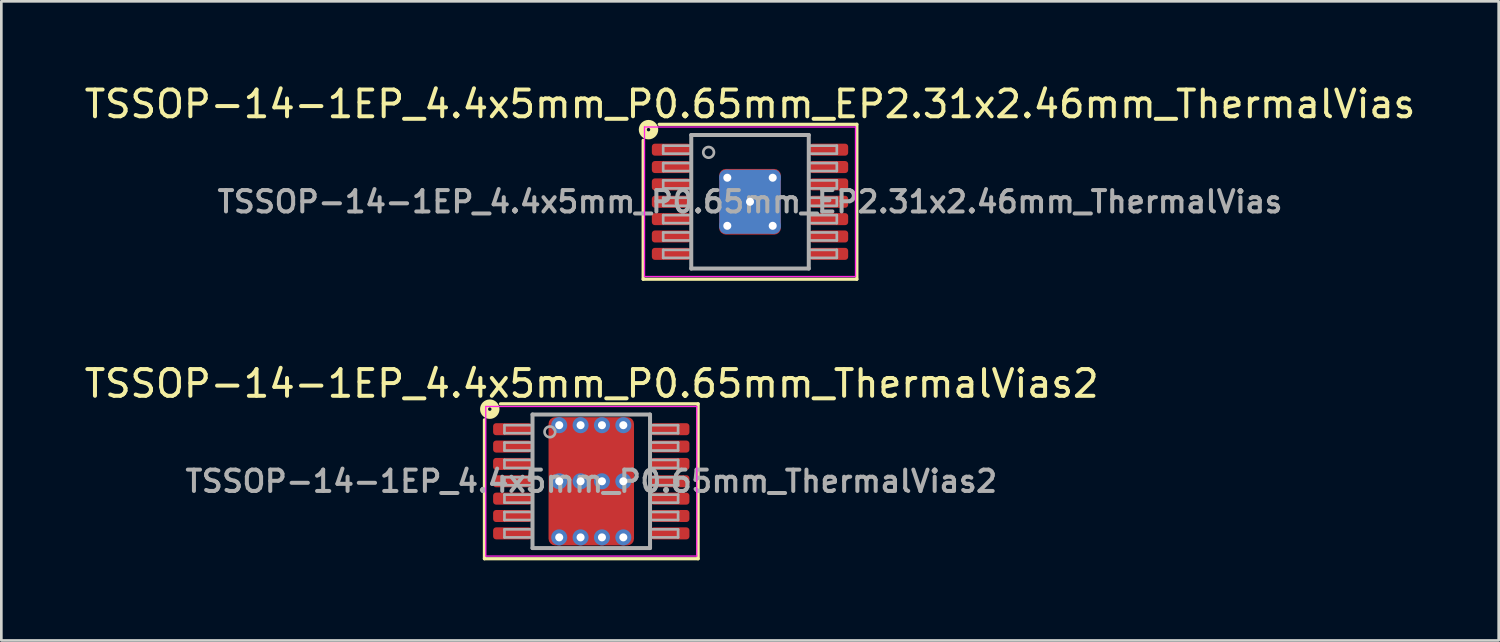
<source format=kicad_pcb>
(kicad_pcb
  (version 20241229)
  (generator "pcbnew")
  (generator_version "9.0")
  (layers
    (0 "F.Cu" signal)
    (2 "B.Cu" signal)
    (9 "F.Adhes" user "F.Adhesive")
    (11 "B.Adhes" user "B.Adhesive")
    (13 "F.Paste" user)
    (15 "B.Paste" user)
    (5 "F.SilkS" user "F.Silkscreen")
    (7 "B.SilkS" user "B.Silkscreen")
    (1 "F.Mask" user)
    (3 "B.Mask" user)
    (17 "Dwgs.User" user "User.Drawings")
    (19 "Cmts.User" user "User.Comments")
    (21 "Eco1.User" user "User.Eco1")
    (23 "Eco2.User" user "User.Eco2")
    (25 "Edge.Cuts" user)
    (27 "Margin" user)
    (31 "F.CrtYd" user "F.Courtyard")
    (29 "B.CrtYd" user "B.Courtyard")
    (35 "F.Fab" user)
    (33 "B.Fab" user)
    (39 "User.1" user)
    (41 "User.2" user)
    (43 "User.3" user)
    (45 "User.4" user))
  (footprint "TSSOP-14-1EP_4.4x5mm_P0.65mm_EP2.31x2.46mm_ThermalVias"
    (layer "F.Cu")
    (at 25.03 4.504)
    (property "Reference" "TSSOP-14-1EP_4.4x5mm_P0.65mm_EP2.31x2.46mm_ThermalVias" (at 0 -3.656 0) (layer "F.SilkS") (effects (font (size 1 1) (thickness 0.15))))
    (attr smd)
    (fp_line (start -4 -2.3) (end -4 2.9) (stroke (width 0.12) (type solid)) (layer "F.SilkS"))
    (fp_line (start -4 2.9) (end 4 2.9) (stroke (width 0.12) (type solid)) (layer "F.SilkS"))
    (fp_line (start 4 -2.9) (end -3.4 -2.9) (stroke (width 0.12) (type solid)) (layer "F.SilkS"))
    (fp_line (start 4 2.9) (end 4 -2.9) (stroke (width 0.12) (type solid)) (layer "F.SilkS"))
    (fp_circle (center -3.8 -2.7) (end -3.736 -2.7) (stroke (width 0.3) (type solid)) (fill no) (layer "F.SilkS"))
    (fp_line (start -3.95 -2.8) (end -3.95 2.8) (stroke (width 0.05) (type solid)) (layer "F.CrtYd"))
    (fp_line (start -3.95 -2.8) (end 3.95 -2.8) (stroke (width 0.05) (type solid)) (layer "F.CrtYd"))
    (fp_line (start -3.95 2.8) (end 3.95 2.8) (stroke (width 0.05) (type solid)) (layer "F.CrtYd"))
    (fp_line (start 3.95 -2.8) (end 3.95 2.8) (stroke (width 0.05) (type solid)) (layer "F.CrtYd"))
    (fp_line (start -3.25 -2.1) (end -3.25 -1.8) (stroke (width 0.1) (type solid)) (layer "F.Fab"))
    (fp_line (start -3.25 -2.1) (end -2.2 -2.1) (stroke (width 0.1) (type solid)) (layer "F.Fab"))
    (fp_line (start -3.25 -1.8) (end -2.2 -1.8) (stroke (width 0.1) (type solid)) (layer "F.Fab"))
    (fp_line (start -3.25 -1.45) (end -3.25 -1.15) (stroke (width 0.1) (type solid)) (layer "F.Fab"))
    (fp_line (start -3.25 -1.45) (end -2.2 -1.45) (stroke (width 0.1) (type solid)) (layer "F.Fab"))
    (fp_line (start -3.25 -1.15) (end -2.2 -1.15) (stroke (width 0.1) (type solid)) (layer "F.Fab"))
    (fp_line (start -3.25 -0.8) (end -3.25 -0.5) (stroke (width 0.1) (type solid)) (layer "F.Fab"))
    (fp_line (start -3.25 -0.8) (end -2.2 -0.8) (stroke (width 0.1) (type solid)) (layer "F.Fab"))
    (fp_line (start -3.25 -0.5) (end -2.2 -0.5) (stroke (width 0.1) (type solid)) (layer "F.Fab"))
    (fp_line (start -3.25 -0.15) (end -3.25 0.15) (stroke (width 0.1) (type solid)) (layer "F.Fab"))
    (fp_line (start -3.25 -0.15) (end -2.2 -0.15) (stroke (width 0.1) (type solid)) (layer "F.Fab"))
    (fp_line (start -3.25 0.15) (end -2.2 0.15) (stroke (width 0.1) (type solid)) (layer "F.Fab"))
    (fp_line (start -3.25 0.5) (end -3.25 0.8) (stroke (width 0.1) (type solid)) (layer "F.Fab"))
    (fp_line (start -3.25 0.5) (end -2.2 0.5) (stroke (width 0.1) (type solid)) (layer "F.Fab"))
    (fp_line (start -3.25 0.8) (end -2.2 0.8) (stroke (width 0.1) (type solid)) (layer "F.Fab"))
    (fp_line (start -3.25 1.15) (end -3.25 1.45) (stroke (width 0.1) (type solid)) (layer "F.Fab"))
    (fp_line (start -3.25 1.15) (end -2.2 1.15) (stroke (width 0.1) (type solid)) (layer "F.Fab"))
    (fp_line (start -3.25 1.45) (end -2.2 1.45) (stroke (width 0.1) (type solid)) (layer "F.Fab"))
    (fp_line (start -3.25 1.8) (end -3.25 2.1) (stroke (width 0.1) (type solid)) (layer "F.Fab"))
    (fp_line (start -3.25 1.8) (end -2.2 1.8) (stroke (width 0.1) (type solid)) (layer "F.Fab"))
    (fp_line (start -3.25 2.1) (end -2.2 2.1) (stroke (width 0.1) (type solid)) (layer "F.Fab"))
    (fp_line (start -2.2 -2.5) (end 2.2 -2.5) (stroke (width 0.15) (type solid)) (layer "F.Fab"))
    (fp_line (start -2.2 2.5) (end -2.2 -2.5) (stroke (width 0.15) (type solid)) (layer "F.Fab"))
    (fp_line (start 2.2 -2.5) (end 2.2 2.5) (stroke (width 0.15) (type solid)) (layer "F.Fab"))
    (fp_line (start 2.2 2.5) (end -2.2 2.5) (stroke (width 0.15) (type solid)) (layer "F.Fab"))
    (fp_line (start 3.25 -2.1) (end 2.2 -2.1) (stroke (width 0.1) (type solid)) (layer "F.Fab"))
    (fp_line (start 3.25 -1.8) (end 2.2 -1.8) (stroke (width 0.1) (type solid)) (layer "F.Fab"))
    (fp_line (start 3.25 -1.8) (end 3.25 -2.1) (stroke (width 0.1) (type solid)) (layer "F.Fab"))
    (fp_line (start 3.25 -1.45) (end 2.2 -1.45) (stroke (width 0.1) (type solid)) (layer "F.Fab"))
    (fp_line (start 3.25 -1.15) (end 2.2 -1.15) (stroke (width 0.1) (type solid)) (layer "F.Fab"))
    (fp_line (start 3.25 -1.15) (end 3.25 -1.45) (stroke (width 0.1) (type solid)) (layer "F.Fab"))
    (fp_line (start 3.25 -0.8) (end 2.2 -0.8) (stroke (width 0.1) (type solid)) (layer "F.Fab"))
    (fp_line (start 3.25 -0.5) (end 2.2 -0.5) (stroke (width 0.1) (type solid)) (layer "F.Fab"))
    (fp_line (start 3.25 -0.5) (end 3.25 -0.8) (stroke (width 0.1) (type solid)) (layer "F.Fab"))
    (fp_line (start 3.25 -0.15) (end 2.2 -0.15) (stroke (width 0.1) (type solid)) (layer "F.Fab"))
    (fp_line (start 3.25 0.15) (end 2.2 0.15) (stroke (width 0.1) (type solid)) (layer "F.Fab"))
    (fp_line (start 3.25 0.15) (end 3.25 -0.15) (stroke (width 0.1) (type solid)) (layer "F.Fab"))
    (fp_line (start 3.25 0.5) (end 2.2 0.5) (stroke (width 0.1) (type solid)) (layer "F.Fab"))
    (fp_line (start 3.25 0.8) (end 2.2 0.8) (stroke (width 0.1) (type solid)) (layer "F.Fab"))
    (fp_line (start 3.25 0.8) (end 3.25 0.5) (stroke (width 0.1) (type solid)) (layer "F.Fab"))
    (fp_line (start 3.25 1.15) (end 2.2 1.15) (stroke (width 0.1) (type solid)) (layer "F.Fab"))
    (fp_line (start 3.25 1.45) (end 2.2 1.45) (stroke (width 0.1) (type solid)) (layer "F.Fab"))
    (fp_line (start 3.25 1.45) (end 3.25 1.15) (stroke (width 0.1) (type solid)) (layer "F.Fab"))
    (fp_line (start 3.25 1.8) (end 2.2 1.8) (stroke (width 0.1) (type solid)) (layer "F.Fab"))
    (fp_line (start 3.25 2.1) (end 2.2 2.1) (stroke (width 0.1) (type solid)) (layer "F.Fab"))
    (fp_line (start 3.25 2.1) (end 3.25 1.8) (stroke (width 0.1) (type solid)) (layer "F.Fab"))
    (fp_circle (center -1.55 -1.85) (end -1.35 -1.85) (stroke (width 0.1) (type solid)) (fill no) (layer "F.Fab"))
    (fp_text user "${REFERENCE}" (at 0 0 0) (layer "F.Fab") (effects (font (size 0.8 0.8) (thickness 0.15))))
    (pad "" smd roundrect (at -0.5 -0.55) (size 0.8 0.9) (layers "F.Paste") (roundrect_rratio 0.25))
    (pad "" smd roundrect (at -0.5 0.55) (size 0.8 0.9) (layers "F.Paste") (roundrect_rratio 0.25))
    (pad "" smd roundrect (at 0.5 -0.55) (size 0.8 0.9) (layers "F.Paste") (roundrect_rratio 0.25))
    (pad "" smd roundrect (at 0.5 0.55) (size 0.8 0.9) (layers "F.Paste") (roundrect_rratio 0.25))
    (pad "1" smd roundrect (at -2.95 -1.95) (size 1.45 0.45) (layers "F.Cu" "F.Mask" "F.Paste") (roundrect_rratio 0.25))
    (pad "2" smd roundrect (at -2.95 -1.3) (size 1.45 0.45) (layers "F.Cu" "F.Mask" "F.Paste") (roundrect_rratio 0.25))
    (pad "3" smd roundrect (at -2.95 -0.65) (size 1.45 0.45) (layers "F.Cu" "F.Mask" "F.Paste") (roundrect_rratio 0.25))
    (pad "4" smd roundrect (at -2.95 0) (size 1.45 0.45) (layers "F.Cu" "F.Mask" "F.Paste") (roundrect_rratio 0.25))
    (pad "5" smd roundrect (at -2.95 0.65) (size 1.45 0.45) (layers "F.Cu" "F.Mask" "F.Paste") (roundrect_rratio 0.25))
    (pad "6" smd roundrect (at -2.95 1.3) (size 1.45 0.45) (layers "F.Cu" "F.Mask" "F.Paste") (roundrect_rratio 0.25))
    (pad "7" smd roundrect (at -2.95 1.95) (size 1.45 0.45) (layers "F.Cu" "F.Mask" "F.Paste") (roundrect_rratio 0.25))
    (pad "8" smd roundrect (at 2.95 1.95) (size 1.45 0.45) (layers "F.Cu" "F.Mask" "F.Paste") (roundrect_rratio 0.25))
    (pad "9" smd roundrect (at 2.95 1.3) (size 1.45 0.45) (layers "F.Cu" "F.Mask" "F.Paste") (roundrect_rratio 0.25))
    (pad "10" smd roundrect (at 2.95 0.65) (size 1.45 0.45) (layers "F.Cu" "F.Mask" "F.Paste") (roundrect_rratio 0.25))
    (pad "11" smd roundrect (at 2.95 0) (size 1.45 0.45) (layers "F.Cu" "F.Mask" "F.Paste") (roundrect_rratio 0.25))
    (pad "12" smd roundrect (at 2.95 -0.65) (size 1.45 0.45) (layers "F.Cu" "F.Mask" "F.Paste") (roundrect_rratio 0.25))
    (pad "13" smd roundrect (at 2.95 -1.3) (size 1.45 0.45) (layers "F.Cu" "F.Mask" "F.Paste") (roundrect_rratio 0.25))
    (pad "14" smd roundrect (at 2.95 -1.95) (size 1.45 0.45) (layers "F.Cu" "F.Mask" "F.Paste") (roundrect_rratio 0.25))
    (pad "15" thru_hole circle (at -0.85 -0.9) (size 0.6 0.6) (drill 0.3) (property pad_prop_heatsink) (layers "*.Cu"))
    (pad "15" thru_hole circle (at -0.85 0.9) (size 0.6 0.6) (drill 0.3) (property pad_prop_heatsink) (layers "*.Cu"))
    (pad "15" thru_hole circle (at 0 0) (size 0.6 0.6) (drill 0.3) (property pad_prop_heatsink) (layers "*.Cu"))
    (pad "15" smd roundrect (at 0 0) (size 2.3 2.4) (layers "B.Cu" "B.Mask") (roundrect_rratio 0.109))
    (pad "15" smd roundrect (at 0 0) (size 2.31 2.46) (layers "F.Cu" "F.Mask") (roundrect_rratio 0.108))
    (pad "15" thru_hole circle (at 0.85 -0.9) (size 0.6 0.6) (drill 0.3) (property pad_prop_heatsink) (layers "*.Cu"))
    (pad "15" thru_hole circle (at 0.85 0.9) (size 0.6 0.6) (drill 0.3) (property pad_prop_heatsink) (layers "*.Cu")))
  (footprint "TSSOP-14-1EP_4.4x5mm_P0.65mm_ThermalVias2"
    (layer "F.Cu")
    (at 19.087 14.969)
    (property "Reference" "TSSOP-14-1EP_4.4x5mm_P0.65mm_ThermalVias2" (at 0.014 -3.656 0) (layer "F.SilkS") (effects (font (size 1 1) (thickness 0.15))))
    (attr smd)
    (fp_line (start -4 -2.3) (end -4 2.9) (stroke (width 0.12) (type solid)) (layer "F.SilkS"))
    (fp_line (start -4 2.9) (end 4 2.9) (stroke (width 0.12) (type solid)) (layer "F.SilkS"))
    (fp_line (start 4 -2.9) (end -3.4 -2.9) (stroke (width 0.12) (type solid)) (layer "F.SilkS"))
    (fp_line (start 4 2.9) (end 4 -2.9) (stroke (width 0.12) (type solid)) (layer "F.SilkS"))
    (fp_circle (center -3.8 -2.7) (end -3.736 -2.7) (stroke (width 0.3) (type solid)) (fill no) (layer "F.SilkS"))
    (fp_line (start -3.95 -2.8) (end -3.95 2.8) (stroke (width 0.05) (type solid)) (layer "F.CrtYd"))
    (fp_line (start -3.95 -2.8) (end 3.95 -2.8) (stroke (width 0.05) (type solid)) (layer "F.CrtYd"))
    (fp_line (start -3.95 2.8) (end 3.95 2.8) (stroke (width 0.05) (type solid)) (layer "F.CrtYd"))
    (fp_line (start 3.95 -2.8) (end 3.95 2.8) (stroke (width 0.05) (type solid)) (layer "F.CrtYd"))
    (fp_line (start -3.25 -2.1) (end -3.25 -1.8) (stroke (width 0.1) (type solid)) (layer "F.Fab"))
    (fp_line (start -3.25 -2.1) (end -2.2 -2.1) (stroke (width 0.1) (type solid)) (layer "F.Fab"))
    (fp_line (start -3.25 -1.8) (end -2.2 -1.8) (stroke (width 0.1) (type solid)) (layer "F.Fab"))
    (fp_line (start -3.25 -1.45) (end -3.25 -1.15) (stroke (width 0.1) (type solid)) (layer "F.Fab"))
    (fp_line (start -3.25 -1.45) (end -2.2 -1.45) (stroke (width 0.1) (type solid)) (layer "F.Fab"))
    (fp_line (start -3.25 -1.15) (end -2.2 -1.15) (stroke (width 0.1) (type solid)) (layer "F.Fab"))
    (fp_line (start -3.25 -0.8) (end -3.25 -0.5) (stroke (width 0.1) (type solid)) (layer "F.Fab"))
    (fp_line (start -3.25 -0.8) (end -2.2 -0.8) (stroke (width 0.1) (type solid)) (layer "F.Fab"))
    (fp_line (start -3.25 -0.5) (end -2.2 -0.5) (stroke (width 0.1) (type solid)) (layer "F.Fab"))
    (fp_line (start -3.25 -0.15) (end -3.25 0.15) (stroke (width 0.1) (type solid)) (layer "F.Fab"))
    (fp_line (start -3.25 -0.15) (end -2.2 -0.15) (stroke (width 0.1) (type solid)) (layer "F.Fab"))
    (fp_line (start -3.25 0.15) (end -2.2 0.15) (stroke (width 0.1) (type solid)) (layer "F.Fab"))
    (fp_line (start -3.25 0.5) (end -3.25 0.8) (stroke (width 0.1) (type solid)) (layer "F.Fab"))
    (fp_line (start -3.25 0.5) (end -2.2 0.5) (stroke (width 0.1) (type solid)) (layer "F.Fab"))
    (fp_line (start -3.25 0.8) (end -2.2 0.8) (stroke (width 0.1) (type solid)) (layer "F.Fab"))
    (fp_line (start -3.25 1.15) (end -3.25 1.45) (stroke (width 0.1) (type solid)) (layer "F.Fab"))
    (fp_line (start -3.25 1.15) (end -2.2 1.15) (stroke (width 0.1) (type solid)) (layer "F.Fab"))
    (fp_line (start -3.25 1.45) (end -2.2 1.45) (stroke (width 0.1) (type solid)) (layer "F.Fab"))
    (fp_line (start -3.25 1.8) (end -3.25 2.1) (stroke (width 0.1) (type solid)) (layer "F.Fab"))
    (fp_line (start -3.25 1.8) (end -2.2 1.8) (stroke (width 0.1) (type solid)) (layer "F.Fab"))
    (fp_line (start -3.25 2.1) (end -2.2 2.1) (stroke (width 0.1) (type solid)) (layer "F.Fab"))
    (fp_line (start -2.2 -2.5) (end 2.2 -2.5) (stroke (width 0.15) (type solid)) (layer "F.Fab"))
    (fp_line (start -2.2 2.5) (end -2.2 -2.5) (stroke (width 0.15) (type solid)) (layer "F.Fab"))
    (fp_line (start 2.2 -2.5) (end 2.2 2.5) (stroke (width 0.15) (type solid)) (layer "F.Fab"))
    (fp_line (start 2.2 2.5) (end -2.2 2.5) (stroke (width 0.15) (type solid)) (layer "F.Fab"))
    (fp_line (start 3.25 -2.1) (end 2.2 -2.1) (stroke (width 0.1) (type solid)) (layer "F.Fab"))
    (fp_line (start 3.25 -1.8) (end 2.2 -1.8) (stroke (width 0.1) (type solid)) (layer "F.Fab"))
    (fp_line (start 3.25 -1.8) (end 3.25 -2.1) (stroke (width 0.1) (type solid)) (layer "F.Fab"))
    (fp_line (start 3.25 -1.45) (end 2.2 -1.45) (stroke (width 0.1) (type solid)) (layer "F.Fab"))
    (fp_line (start 3.25 -1.15) (end 2.2 -1.15) (stroke (width 0.1) (type solid)) (layer "F.Fab"))
    (fp_line (start 3.25 -1.15) (end 3.25 -1.45) (stroke (width 0.1) (type solid)) (layer "F.Fab"))
    (fp_line (start 3.25 -0.8) (end 2.2 -0.8) (stroke (width 0.1) (type solid)) (layer "F.Fab"))
    (fp_line (start 3.25 -0.5) (end 2.2 -0.5) (stroke (width 0.1) (type solid)) (layer "F.Fab"))
    (fp_line (start 3.25 -0.5) (end 3.25 -0.8) (stroke (width 0.1) (type solid)) (layer "F.Fab"))
    (fp_line (start 3.25 -0.15) (end 2.2 -0.15) (stroke (width 0.1) (type solid)) (layer "F.Fab"))
    (fp_line (start 3.25 0.15) (end 2.2 0.15) (stroke (width 0.1) (type solid)) (layer "F.Fab"))
    (fp_line (start 3.25 0.15) (end 3.25 -0.15) (stroke (width 0.1) (type solid)) (layer "F.Fab"))
    (fp_line (start 3.25 0.5) (end 2.2 0.5) (stroke (width 0.1) (type solid)) (layer "F.Fab"))
    (fp_line (start 3.25 0.8) (end 2.2 0.8) (stroke (width 0.1) (type solid)) (layer "F.Fab"))
    (fp_line (start 3.25 0.8) (end 3.25 0.5) (stroke (width 0.1) (type solid)) (layer "F.Fab"))
    (fp_line (start 3.25 1.15) (end 2.2 1.15) (stroke (width 0.1) (type solid)) (layer "F.Fab"))
    (fp_line (start 3.25 1.45) (end 2.2 1.45) (stroke (width 0.1) (type solid)) (layer "F.Fab"))
    (fp_line (start 3.25 1.45) (end 3.25 1.15) (stroke (width 0.1) (type solid)) (layer "F.Fab"))
    (fp_line (start 3.25 1.8) (end 2.2 1.8) (stroke (width 0.1) (type solid)) (layer "F.Fab"))
    (fp_line (start 3.25 2.1) (end 2.2 2.1) (stroke (width 0.1) (type solid)) (layer "F.Fab"))
    (fp_line (start 3.25 2.1) (end 3.25 1.8) (stroke (width 0.1) (type solid)) (layer "F.Fab"))
    (fp_circle (center -1.55 -1.85) (end -1.35 -1.85) (stroke (width 0.1) (type solid)) (fill no) (layer "F.Fab"))
    (fp_text user "${REFERENCE}" (at 0 0 0) (layer "F.Fab") (effects (font (size 0.8 0.8) (thickness 0.15))))
    (pad "" smd roundrect (at -0.725 -1.05) (size 1.15 1.2) (layers "F.Paste") (roundrect_rratio 0.25))
    (pad "" smd roundrect (at -0.725 1.05) (size 1.15 1.2) (layers "F.Paste") (roundrect_rratio 0.25))
    (pad "" smd roundrect (at 0 -1.05) (size 3 1.5) (layers "F.Mask") (roundrect_rratio 0.167))
    (pad "" smd roundrect (at 0 1.05) (size 3 1.5) (layers "F.Mask") (roundrect_rratio 0.167))
    (pad "" smd roundrect (at 0.725 -1.05) (size 1.15 1.2) (layers "F.Paste") (roundrect_rratio 0.25))
    (pad "" smd roundrect (at 0.725 1.05) (size 1.15 1.2) (layers "F.Paste") (roundrect_rratio 0.25))
    (pad "1" smd roundrect (at -2.95 -1.95) (size 1.45 0.45) (layers "F.Cu" "F.Mask" "F.Paste") (roundrect_rratio 0.25))
    (pad "2" smd roundrect (at -2.95 -1.3) (size 1.45 0.45) (layers "F.Cu" "F.Mask" "F.Paste") (roundrect_rratio 0.25))
    (pad "3" smd roundrect (at -2.95 -0.65) (size 1.45 0.45) (layers "F.Cu" "F.Mask" "F.Paste") (roundrect_rratio 0.25))
    (pad "4" smd roundrect (at -2.95 0) (size 1.45 0.45) (layers "F.Cu" "F.Mask" "F.Paste") (roundrect_rratio 0.25))
    (pad "5" smd roundrect (at -2.95 0.65) (size 1.45 0.45) (layers "F.Cu" "F.Mask" "F.Paste") (roundrect_rratio 0.25))
    (pad "6" smd roundrect (at -2.95 1.3) (size 1.45 0.45) (layers "F.Cu" "F.Mask" "F.Paste") (roundrect_rratio 0.25))
    (pad "7" smd roundrect (at -2.95 1.95) (size 1.45 0.45) (layers "F.Cu" "F.Mask" "F.Paste") (roundrect_rratio 0.25))
    (pad "8" smd roundrect (at 2.95 1.95) (size 1.45 0.45) (layers "F.Cu" "F.Mask" "F.Paste") (roundrect_rratio 0.25))
    (pad "9" smd roundrect (at 2.95 1.3) (size 1.45 0.45) (layers "F.Cu" "F.Mask" "F.Paste") (roundrect_rratio 0.25))
    (pad "10" smd roundrect (at 2.95 0.65) (size 1.45 0.45) (layers "F.Cu" "F.Mask" "F.Paste") (roundrect_rratio 0.25))
    (pad "11" smd roundrect (at 2.95 0) (size 1.45 0.45) (layers "F.Cu" "F.Mask" "F.Paste") (roundrect_rratio 0.25))
    (pad "12" smd roundrect (at 2.95 -0.65) (size 1.45 0.45) (layers "F.Cu" "F.Mask" "F.Paste") (roundrect_rratio 0.25))
    (pad "13" smd roundrect (at 2.95 -1.3) (size 1.45 0.45) (layers "F.Cu" "F.Mask" "F.Paste") (roundrect_rratio 0.25))
    (pad "14" smd roundrect (at 2.95 -1.95) (size 1.45 0.45) (layers "F.Cu" "F.Mask" "F.Paste") (roundrect_rratio 0.25))
    (pad "15" thru_hole circle (at -1.2 -2.1) (size 0.6 0.6) (drill 0.3) (property pad_prop_heatsink) (layers "*.Cu" "*.Mask"))
    (pad "15" thru_hole circle (at -1.2 0) (size 0.6 0.6) (drill 0.3) (property pad_prop_heatsink) (layers "*.Cu" "*.Mask"))
    (pad "15" thru_hole circle (at -1.2 2.1) (size 0.6 0.6) (drill 0.3) (property pad_prop_heatsink) (layers "*.Cu" "*.Mask"))
    (pad "15" thru_hole circle (at -0.4 -2.1) (size 0.6 0.6) (drill 0.3) (property pad_prop_heatsink) (layers "*.Cu" "*.Mask"))
    (pad "15" thru_hole circle (at -0.4 0) (size 0.6 0.6) (drill 0.3) (property pad_prop_heatsink) (layers "*.Cu" "*.Mask"))
    (pad "15" thru_hole circle (at -0.4 2.1) (size 0.6 0.6) (drill 0.3) (property pad_prop_heatsink) (layers "*.Cu" "*.Mask"))
    (pad "15" smd roundrect (at 0 0) (size 3.2 4.8) (layers "F.Cu") (roundrect_rratio 0.078))
    (pad "15" thru_hole circle (at 0.4 -2.1) (size 0.6 0.6) (drill 0.3) (property pad_prop_heatsink) (layers "*.Cu" "*.Mask"))
    (pad "15" thru_hole circle (at 0.4 0) (size 0.6 0.6) (drill 0.3) (property pad_prop_heatsink) (layers "*.Cu" "*.Mask"))
    (pad "15" thru_hole circle (at 0.4 2.1) (size 0.6 0.6) (drill 0.3) (property pad_prop_heatsink) (layers "*.Cu" "*.Mask"))
    (pad "15" thru_hole circle (at 1.2 -2.1) (size 0.6 0.6) (drill 0.3) (property pad_prop_heatsink) (layers "*.Cu" "*.Mask"))
    (pad "15" thru_hole circle (at 1.2 0) (size 0.6 0.6) (drill 0.3) (property pad_prop_heatsink) (layers "*.Cu" "*.Mask"))
    (pad "15" thru_hole circle (at 1.2 2.1) (size 0.6 0.6) (drill 0.3) (property pad_prop_heatsink) (layers "*.Cu" "*.Mask")))
  (gr_rect
    (start -3 -3)
    (end 53.06 20.928)
    (stroke (width 0.1) (type default))
    (fill no)
    (layer "Edge.Cuts")))
</source>
